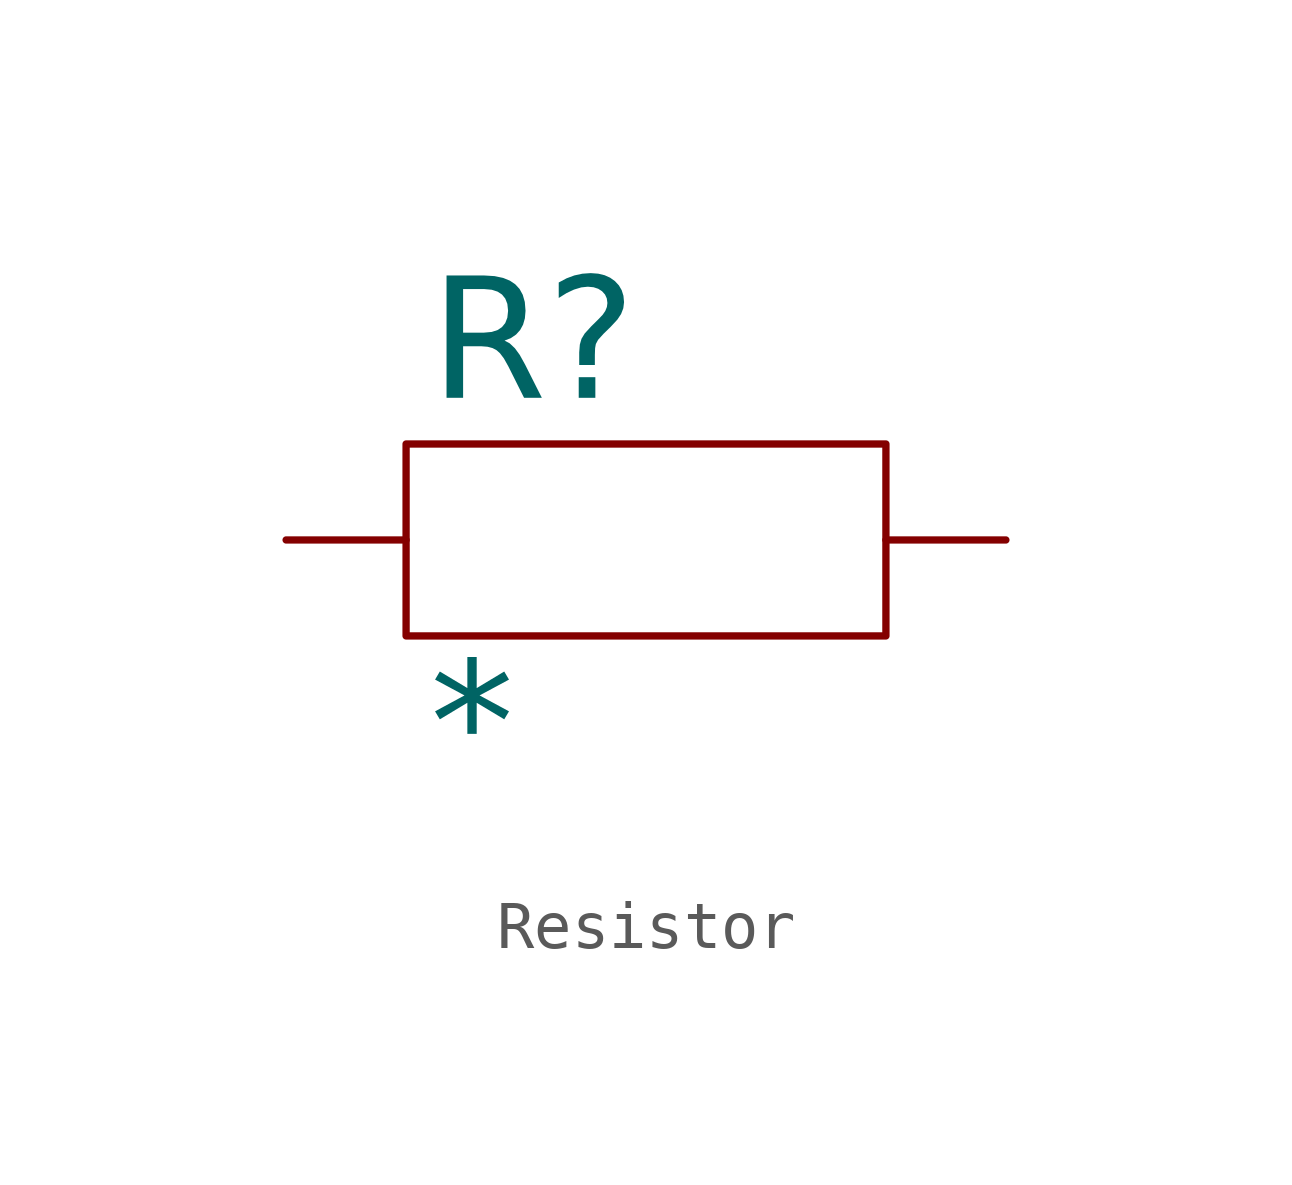
<source format=kicad_sym>
(kicad_symbol_lib
  (version 20220914)
  (generator kicad_symbol_editor)
  (symbol "Resistor"
    (pin_numbers hide)
    (pin_names
      (offset 0.5) hide)
    (property "Reference" "R"
      (at 3 4 0)
      (effects (font (face "GOST type A") (size 2.5 2.5) italic) (justify left)))
    (property "Value" "*"
      (at 3 -4 0)
      (effects (font (face "GOST type A") (size 2.5 2.5) italic) (justify left)))
    (property "Точность" ""
      (at 7.5 0 0)
      (effects (font (size 1.27 1.27))))
    (symbol "Resistor_0_1"
      (rectangle (start 2.5 2) (end 12.5 -2) (stroke (width 0) (type default)) (fill (type none))))
    (symbol "Resistor_1_1"
      (pin passive line (at 0 0 0) (length 2.5) (name "" (effects (font (size 1 1)))) (number "1" (effects (font (size 1 1)))))
      (pin passive line (at 15 0 180) (length 2.5) (name "" (effects (font (size 1 1)))) (number "2" (effects (font (size 1 1))))))))
</source>
